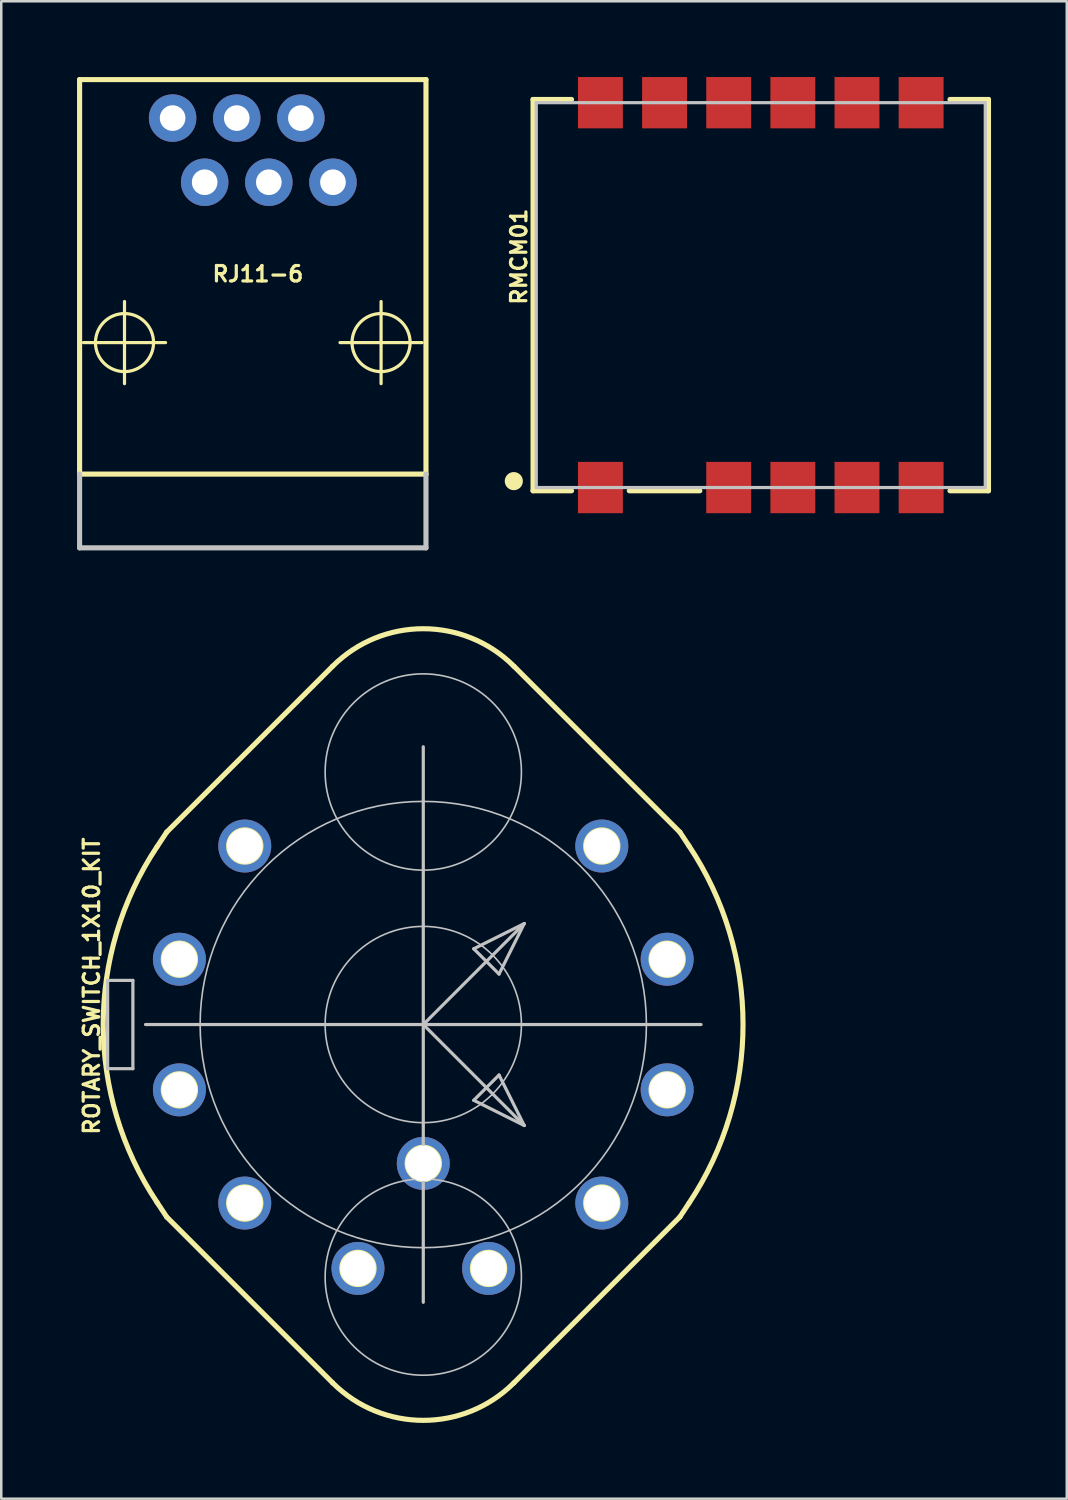
<source format=kicad_pcb>
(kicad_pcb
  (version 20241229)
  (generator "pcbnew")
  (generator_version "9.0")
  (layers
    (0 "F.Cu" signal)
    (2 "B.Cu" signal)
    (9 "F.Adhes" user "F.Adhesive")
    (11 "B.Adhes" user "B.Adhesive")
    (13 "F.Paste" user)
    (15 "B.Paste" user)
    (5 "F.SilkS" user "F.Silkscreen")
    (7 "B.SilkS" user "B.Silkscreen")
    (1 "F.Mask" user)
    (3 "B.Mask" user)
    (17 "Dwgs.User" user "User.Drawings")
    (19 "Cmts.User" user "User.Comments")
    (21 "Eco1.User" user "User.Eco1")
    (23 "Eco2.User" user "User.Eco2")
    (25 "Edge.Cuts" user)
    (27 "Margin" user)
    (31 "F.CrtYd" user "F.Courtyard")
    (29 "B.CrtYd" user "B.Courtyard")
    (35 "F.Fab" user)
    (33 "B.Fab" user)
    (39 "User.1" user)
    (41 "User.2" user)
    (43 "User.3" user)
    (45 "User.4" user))
  (footprint "RMCM01"
    (layer "F.Cu")
    (at 27.075 8.636)
    (property "Reference" "RMCM01" (at -9.576 -1.524 90) (layer "F.SilkS") (effects (font (size 0.61 0.61) (thickness 0.127))))
    (attr smd)
    (fp_line (start -9.017 -7.747) (end -9.017 7.747) (stroke (width 0.203) (type solid)) (layer "F.SilkS"))
    (fp_line (start -9.017 7.747) (end -7.493 7.747) (stroke (width 0.203) (type solid)) (layer "F.SilkS"))
    (fp_line (start -7.493 -7.747) (end -9.017 -7.747) (stroke (width 0.203) (type solid)) (layer "F.SilkS"))
    (fp_line (start -5.207 7.747) (end -2.413 7.747) (stroke (width 0.203) (type solid)) (layer "F.SilkS"))
    (fp_line (start 7.493 7.747) (end 9.017 7.747) (stroke (width 0.203) (type solid)) (layer "F.SilkS"))
    (fp_line (start 9.017 -7.747) (end 7.493 -7.747) (stroke (width 0.203) (type solid)) (layer "F.SilkS"))
    (fp_line (start 9.017 7.747) (end 9.017 -7.747) (stroke (width 0.203) (type solid)) (layer "F.SilkS"))
    (fp_circle (center -9.779 7.366) (end -10.033 7.62) (stroke (width 0) (type solid)) (fill yes) (layer "F.SilkS"))
    (fp_line (start -8.89 -7.62) (end -8.89 7.62) (stroke (width 0.127) (type solid)) (layer "Dwgs.User"))
    (fp_line (start -8.89 7.62) (end 8.89 7.62) (stroke (width 0.127) (type solid)) (layer "Dwgs.User"))
    (fp_line (start 8.89 -7.62) (end -8.89 -7.62) (stroke (width 0.127) (type solid)) (layer "Dwgs.User"))
    (fp_line (start 8.89 7.62) (end 8.89 -7.62) (stroke (width 0.127) (type solid)) (layer "Dwgs.User"))
    (pad "1" smd rect (at -6.35 -7.62 90) (size 2.032 1.778) (layers "F.Cu" "F.Mask" "F.Paste"))
    (pad "2" smd rect (at -3.81 -7.62 90) (size 2.032 1.778) (layers "F.Cu" "F.Mask" "F.Paste"))
    (pad "3" smd rect (at -1.27 -7.62 90) (size 2.032 1.778) (layers "F.Cu" "F.Mask" "F.Paste"))
    (pad "4" smd rect (at 1.27 -7.62 90) (size 2.032 1.778) (layers "F.Cu" "F.Mask" "F.Paste"))
    (pad "5" smd rect (at 3.81 -7.62 90) (size 2.032 1.778) (layers "F.Cu" "F.Mask" "F.Paste"))
    (pad "6" smd rect (at 6.35 -7.62 90) (size 2.032 1.778) (layers "F.Cu" "F.Mask" "F.Paste"))
    (pad "7" smd rect (at 6.35 7.62 90) (size 2.032 1.778) (layers "F.Cu" "F.Mask" "F.Paste"))
    (pad "8" smd rect (at 3.81 7.62 90) (size 2.032 1.778) (layers "F.Cu" "F.Mask" "F.Paste"))
    (pad "9" smd rect (at 1.27 7.62 90) (size 2.032 1.778) (layers "F.Cu" "F.Mask" "F.Paste"))
    (pad "10" smd rect (at -1.27 7.62 90) (size 2.032 1.778) (layers "F.Cu" "F.Mask" "F.Paste"))
    (pad "11" smd rect (at -6.35 7.62 90) (size 2.032 1.778) (layers "F.Cu" "F.Mask" "F.Paste")))
  (footprint "ROTARY_SWITCH_1X10_KIT"
    (layer "F.Cu")
    (at 13.711 37.52)
    (property "Reference" "ROTARY_SWITCH_1X10_KIT" (at -13.132 -1.524 90) (layer "F.SilkS") (effects (font (size 0.61 0.61) (thickness 0.127))))
    (attr exclude_from_pos_files exclude_from_bom)
    (fp_line (start -10.541 7.043) (end -10.16 7.62) (stroke (width 0.203) (type solid)) (layer "F.SilkS"))
    (fp_line (start -10.16 -7.62) (end -10.541 -7.043) (stroke (width 0.203) (type solid)) (layer "F.SilkS"))
    (fp_line (start -10.16 -7.62) (end -3.592 -14.186) (stroke (width 0.203) (type solid)) (layer "F.SilkS"))
    (fp_line (start -3.592 14.186) (end -10.16 7.62) (stroke (width 0.203) (type solid)) (layer "F.SilkS"))
    (fp_line (start 3.592 -14.186) (end 10.16 -7.62) (stroke (width 0.203) (type solid)) (layer "F.SilkS"))
    (fp_line (start 10.16 -7.62) (end 10.518 -7.079) (stroke (width 0.203) (type solid)) (layer "F.SilkS"))
    (fp_line (start 10.16 7.62) (end 3.592 14.186) (stroke (width 0.203) (type solid)) (layer "F.SilkS"))
    (fp_line (start 10.518 7.079) (end 10.16 7.62) (stroke (width 0.203) (type solid)) (layer "F.SilkS"))
    (fp_arc (start -10.541 7.04342) (mid -12.673786 0.009583) (end -10.551621 -7.027465) (stroke (width 0.2032) (type solid)) (layer "F.SilkS"))
    (fp_arc (start -3.59156 -14.1859) (mid 0 -15.673573) (end 3.59156 -14.1859) (stroke (width 0.2032) (type solid)) (layer "F.SilkS"))
    (fp_arc (start 3.59156 14.1859) (mid 0 15.673573) (end -3.59156 14.1859) (stroke (width 0.2032) (type solid)) (layer "F.SilkS"))
    (fp_arc (start 10.51814 -7.07898) (mid 12.661692 -0.009628) (end 10.52881 7.06295) (stroke (width 0.2032) (type solid)) (layer "F.SilkS"))
    (fp_circle (center -9.657 -2.586) (end -10.18 -3.109) (stroke (width 0) (type solid)) (fill yes) (layer "F.SilkS"))
    (fp_circle (center -9.657 -2.586) (end -10.005 -2.934) (stroke (width 0) (type solid)) (fill yes) (layer "F.SilkS"))
    (fp_circle (center -9.657 2.586) (end -10.18 3.109) (stroke (width 0) (type solid)) (fill yes) (layer "F.SilkS"))
    (fp_circle (center -9.657 2.586) (end -10.005 2.934) (stroke (width 0) (type solid)) (fill yes) (layer "F.SilkS"))
    (fp_circle (center -7.069 -7.069) (end -7.592 -7.592) (stroke (width 0) (type solid)) (fill yes) (layer "F.SilkS"))
    (fp_circle (center -7.069 -7.069) (end -7.417 -7.417) (stroke (width 0) (type solid)) (fill yes) (layer "F.SilkS"))
    (fp_circle (center -7.069 7.069) (end -7.592 7.592) (stroke (width 0) (type solid)) (fill yes) (layer "F.SilkS"))
    (fp_circle (center -7.069 7.069) (end -7.417 7.417) (stroke (width 0) (type solid)) (fill yes) (layer "F.SilkS"))
    (fp_circle (center -2.586 9.657) (end -3.109 10.18) (stroke (width 0) (type solid)) (fill yes) (layer "F.SilkS"))
    (fp_circle (center -2.586 9.657) (end -2.934 10.005) (stroke (width 0) (type solid)) (fill yes) (layer "F.SilkS"))
    (fp_circle (center 0 5.499) (end -0.523 6.022) (stroke (width 0) (type solid)) (fill yes) (layer "F.SilkS"))
    (fp_circle (center 0 5.499) (end -0.348 5.847) (stroke (width 0) (type solid)) (fill yes) (layer "F.SilkS"))
    (fp_circle (center 2.586 9.657) (end 2.934 10.005) (stroke (width 0) (type solid)) (fill yes) (layer "F.SilkS"))
    (fp_circle (center 2.586 9.657) (end 3.109 10.18) (stroke (width 0) (type solid)) (fill yes) (layer "F.SilkS"))
    (fp_circle (center 7.069 -7.069) (end 7.417 -7.417) (stroke (width 0) (type solid)) (fill yes) (layer "F.SilkS"))
    (fp_circle (center 7.069 -7.069) (end 7.592 -7.592) (stroke (width 0) (type solid)) (fill yes) (layer "F.SilkS"))
    (fp_circle (center 7.069 7.069) (end 7.417 7.417) (stroke (width 0) (type solid)) (fill yes) (layer "F.SilkS"))
    (fp_circle (center 7.069 7.069) (end 7.592 7.592) (stroke (width 0) (type solid)) (fill yes) (layer "F.SilkS"))
    (fp_circle (center 9.657 -2.586) (end 10.005 -2.934) (stroke (width 0) (type solid)) (fill yes) (layer "F.SilkS"))
    (fp_circle (center 9.657 -2.586) (end 10.18 -3.109) (stroke (width 0) (type solid)) (fill yes) (layer "F.SilkS"))
    (fp_circle (center 9.657 2.586) (end 10.005 2.934) (stroke (width 0) (type solid)) (fill yes) (layer "F.SilkS"))
    (fp_circle (center 9.657 2.586) (end 10.18 3.109) (stroke (width 0) (type solid)) (fill yes) (layer "F.SilkS"))
    (fp_line (start -12.499 -1.748) (end -11.499 -1.748) (stroke (width 0.127) (type solid)) (layer "Dwgs.User"))
    (fp_line (start -12.499 1.748) (end -12.499 -1.748) (stroke (width 0.127) (type solid)) (layer "Dwgs.User"))
    (fp_line (start -11.499 -1.748) (end -11.499 1.748) (stroke (width 0.127) (type solid)) (layer "Dwgs.User"))
    (fp_line (start -11.499 1.748) (end -12.499 1.748) (stroke (width 0.127) (type solid)) (layer "Dwgs.User"))
    (fp_line (start -10.998 0) (end 0 0) (stroke (width 0.127) (type solid)) (layer "Dwgs.User"))
    (fp_line (start 0 -10.998) (end 0 0) (stroke (width 0.127) (type solid)) (layer "Dwgs.User"))
    (fp_line (start 0 0) (end 0 10.998) (stroke (width 0.127) (type solid)) (layer "Dwgs.User"))
    (fp_line (start 0 0) (end 3.998 -3.998) (stroke (width 0.127) (type solid)) (layer "Dwgs.User"))
    (fp_line (start 0 0) (end 3.998 3.998) (stroke (width 0.127) (type solid)) (layer "Dwgs.User"))
    (fp_line (start 0 0) (end 10.998 0) (stroke (width 0.127) (type solid)) (layer "Dwgs.User"))
    (fp_line (start 1.999 -3) (end 3 -1.999) (stroke (width 0.127) (type solid)) (layer "Dwgs.User"))
    (fp_line (start 1.999 3) (end 3.998 3.998) (stroke (width 0.127) (type solid)) (layer "Dwgs.User"))
    (fp_line (start 3 -1.999) (end 3.998 -3.998) (stroke (width 0.127) (type solid)) (layer "Dwgs.User"))
    (fp_line (start 3 1.999) (end 1.999 3) (stroke (width 0.127) (type solid)) (layer "Dwgs.User"))
    (fp_line (start 3.998 -3.998) (end 1.999 -3) (stroke (width 0.127) (type solid)) (layer "Dwgs.User"))
    (fp_line (start 3.998 3.998) (end 3 1.999) (stroke (width 0.127) (type solid)) (layer "Dwgs.User"))
    (fp_circle (center 0 -10) (end -2.748 -12.748) (stroke (width 0.064) (type solid)) (fill no) (layer "Dwgs.User"))
    (fp_circle (center 0 0) (end -6.248 6.248) (stroke (width 0.064) (type solid)) (fill no) (layer "Dwgs.User"))
    (fp_circle (center 0 0) (end -2.748 2.748) (stroke (width 0.064) (type solid)) (fill no) (layer "Dwgs.User"))
    (fp_circle (center 0 10) (end -2.748 12.748) (stroke (width 0.064) (type solid)) (fill no) (layer "Dwgs.User"))
    (pad "1" thru_hole circle (at 7.069 -7.069) (size 2.098 2.098) (drill 1.4) (layers "*.Cu" "*.Paste" "*.Mask"))
    (pad "2" thru_hole circle (at 9.657 -2.586) (size 2.098 2.098) (drill 1.4) (layers "*.Cu" "*.Paste" "*.Mask"))
    (pad "3" thru_hole circle (at 9.657 2.586) (size 2.098 2.098) (drill 1.4) (layers "*.Cu" "*.Paste" "*.Mask"))
    (pad "4" thru_hole circle (at 7.069 7.069) (size 2.098 2.098) (drill 1.4) (layers "*.Cu" "*.Paste" "*.Mask"))
    (pad "5" thru_hole circle (at 2.586 9.657) (size 2.098 2.098) (drill 1.4) (layers "*.Cu" "*.Paste" "*.Mask"))
    (pad "6" thru_hole circle (at -2.586 9.657) (size 2.098 2.098) (drill 1.4) (layers "*.Cu" "*.Paste" "*.Mask"))
    (pad "7" thru_hole circle (at -7.069 7.069) (size 2.098 2.098) (drill 1.4) (layers "*.Cu" "*.Paste" "*.Mask"))
    (pad "8" thru_hole circle (at -9.657 2.586) (size 2.098 2.098) (drill 1.4) (layers "*.Cu" "*.Paste" "*.Mask"))
    (pad "9" thru_hole circle (at -9.657 -2.586) (size 2.098 2.098) (drill 1.4) (layers "*.Cu" "*.Paste" "*.Mask"))
    (pad "10" thru_hole circle (at -7.069 -7.069) (size 2.098 2.098) (drill 1.4) (layers "*.Cu" "*.Paste" "*.Mask"))
    (pad "COMM" thru_hole circle (at 0 5.499) (size 2.098 2.098) (drill 1.4) (layers "*.Cu" "*.Paste" "*.Mask")))
  (footprint "RJ11-6"
    (layer "F.Cu")
    (at 6.96 10.516)
    (property "Reference" "RJ11-6" (at 0.203 -2.718 0) (layer "F.SilkS") (effects (font (size 0.61 0.61) (thickness 0.127))))
    (attr exclude_from_pos_files exclude_from_bom)
    (fp_line (start -6.858 -10.414) (end -6.858 5.207) (stroke (width 0.203) (type solid)) (layer "F.SilkS"))
    (fp_line (start -6.706 0) (end -3.454 0) (stroke (width 0.127) (type solid)) (layer "F.SilkS"))
    (fp_line (start -5.08 1.626) (end -5.08 -1.626) (stroke (width 0.127) (type solid)) (layer "F.SilkS"))
    (fp_line (start 3.454 0) (end 6.706 0) (stroke (width 0.127) (type solid)) (layer "F.SilkS"))
    (fp_line (start 5.08 1.626) (end 5.08 -1.626) (stroke (width 0.127) (type solid)) (layer "F.SilkS"))
    (fp_line (start 6.858 -10.414) (end -6.858 -10.414) (stroke (width 0.203) (type solid)) (layer "F.SilkS"))
    (fp_line (start 6.858 5.207) (end -6.858 5.207) (stroke (width 0.203) (type solid)) (layer "F.SilkS"))
    (fp_line (start 6.858 5.207) (end 6.858 -10.414) (stroke (width 0.203) (type solid)) (layer "F.SilkS"))
    (fp_circle (center -5.08 0) (end -5.893 0.813) (stroke (width 0.127) (type solid)) (fill no) (layer "F.SilkS"))
    (fp_circle (center 5.08 0) (end 5.893 0.813) (stroke (width 0.127) (type solid)) (fill no) (layer "F.SilkS"))
    (fp_line (start -6.858 5.207) (end -6.858 8.128) (stroke (width 0.203) (type solid)) (layer "Dwgs.User"))
    (fp_line (start -6.858 8.128) (end 6.858 8.128) (stroke (width 0.203) (type solid)) (layer "Dwgs.User"))
    (fp_line (start 6.858 8.128) (end 6.858 5.207) (stroke (width 0.203) (type solid)) (layer "Dwgs.User"))
    (pad "1" thru_hole circle (at -3.175 -8.89) (size 1.88 1.88) (drill 1.016) (layers "*.Cu" "*.Paste" "*.Mask"))
    (pad "2" thru_hole circle (at -1.905 -6.35) (size 1.88 1.88) (drill 1.016) (layers "*.Cu" "*.Paste" "*.Mask"))
    (pad "3" thru_hole circle (at -0.635 -8.89) (size 1.88 1.88) (drill 1.016) (layers "*.Cu" "*.Paste" "*.Mask"))
    (pad "4" thru_hole circle (at 0.635 -6.35) (size 1.88 1.88) (drill 1.016) (layers "*.Cu" "*.Paste" "*.Mask"))
    (pad "5" thru_hole circle (at 1.905 -8.89) (size 1.88 1.88) (drill 1.016) (layers "*.Cu" "*.Paste" "*.Mask"))
    (pad "6" thru_hole circle (at 3.175 -6.35) (size 1.88 1.88) (drill 1.016) (layers "*.Cu" "*.Paste" "*.Mask")))
  (gr_rect
    (start -3 -3)
    (end 39.193 56.296)
    (stroke (width 0.1) (type default))
    (fill no)
    (layer "Edge.Cuts")))
</source>
